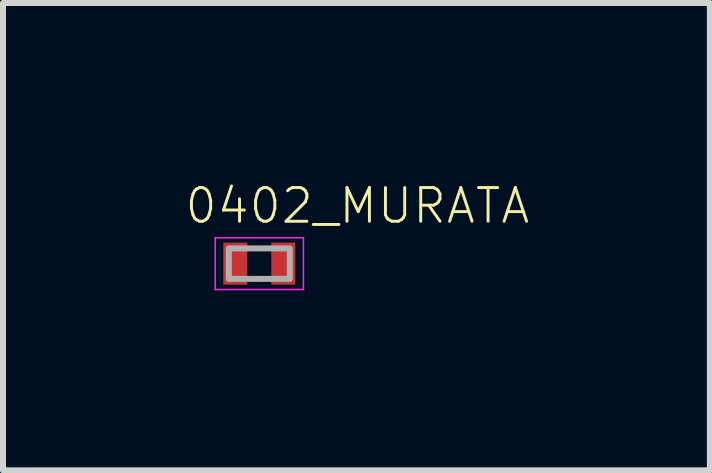
<source format=kicad_pcb>
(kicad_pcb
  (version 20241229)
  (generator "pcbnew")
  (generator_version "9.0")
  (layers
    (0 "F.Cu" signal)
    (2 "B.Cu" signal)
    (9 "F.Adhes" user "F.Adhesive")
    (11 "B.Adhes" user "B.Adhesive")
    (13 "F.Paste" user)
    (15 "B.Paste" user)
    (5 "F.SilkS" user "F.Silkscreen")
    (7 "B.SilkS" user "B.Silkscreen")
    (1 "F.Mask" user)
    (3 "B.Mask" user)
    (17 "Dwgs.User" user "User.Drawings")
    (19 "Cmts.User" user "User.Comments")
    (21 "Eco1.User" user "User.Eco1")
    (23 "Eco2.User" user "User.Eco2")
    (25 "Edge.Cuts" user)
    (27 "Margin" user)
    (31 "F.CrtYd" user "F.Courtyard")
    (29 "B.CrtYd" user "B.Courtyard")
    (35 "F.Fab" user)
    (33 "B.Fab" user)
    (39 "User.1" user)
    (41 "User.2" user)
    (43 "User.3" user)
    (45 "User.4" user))
  (footprint "0402_MURATA"
    (layer "F.Cu")
    (at 1.27 1.342)
    (property "Reference" "0402_MURATA" (at -1.27 -0.635 0) (layer "F.SilkS") (effects (font (size 0.561 0.561) (thickness 0.049)) (justify left bottom)))
    (fp_poly (pts (xy -0.61 0.356) (xy -0.191 0.356) (xy -0.191 -0.356) (xy -0.61 -0.356)) (stroke (width 0) (type default)) (fill yes) (layer "F.Mask"))
    (fp_poly (pts (xy 0.191 0.356) (xy 0.61 0.356) (xy 0.61 -0.356) (xy 0.191 -0.356)) (stroke (width 0) (type default)) (fill yes) (layer "F.Mask"))
    (fp_line (start -0.735 -0.431) (end 0.735 -0.431) (stroke (width 0.025) (type solid)) (layer "F.CrtYd"))
    (fp_line (start -0.735 0.431) (end -0.735 -0.431) (stroke (width 0.025) (type solid)) (layer "F.CrtYd"))
    (fp_line (start 0.735 -0.431) (end 0.735 0.431) (stroke (width 0.025) (type solid)) (layer "F.CrtYd"))
    (fp_line (start 0.735 0.431) (end -0.735 0.431) (stroke (width 0.025) (type solid)) (layer "F.CrtYd"))
    (fp_poly (pts (xy -0.508 0.254) (xy 0.508 0.254) (xy 0.508 -0.254) (xy -0.508 -0.254)) (stroke (width 0.1) (type default)) (fill no) (layer "F.Fab"))
    (pad "P1" smd rect (at -0.4 0) (size 0.4 0.7) (layers "F.Cu" "F.Paste"))
    (pad "P2" smd rect (at 0.4 0) (size 0.4 0.7) (layers "F.Cu" "F.Paste")))
  (gr_rect
    (start -3 -3)
    (end 8.776 4.786)
    (stroke (width 0.1) (type default))
    (fill no)
    (layer "Edge.Cuts")))
</source>
